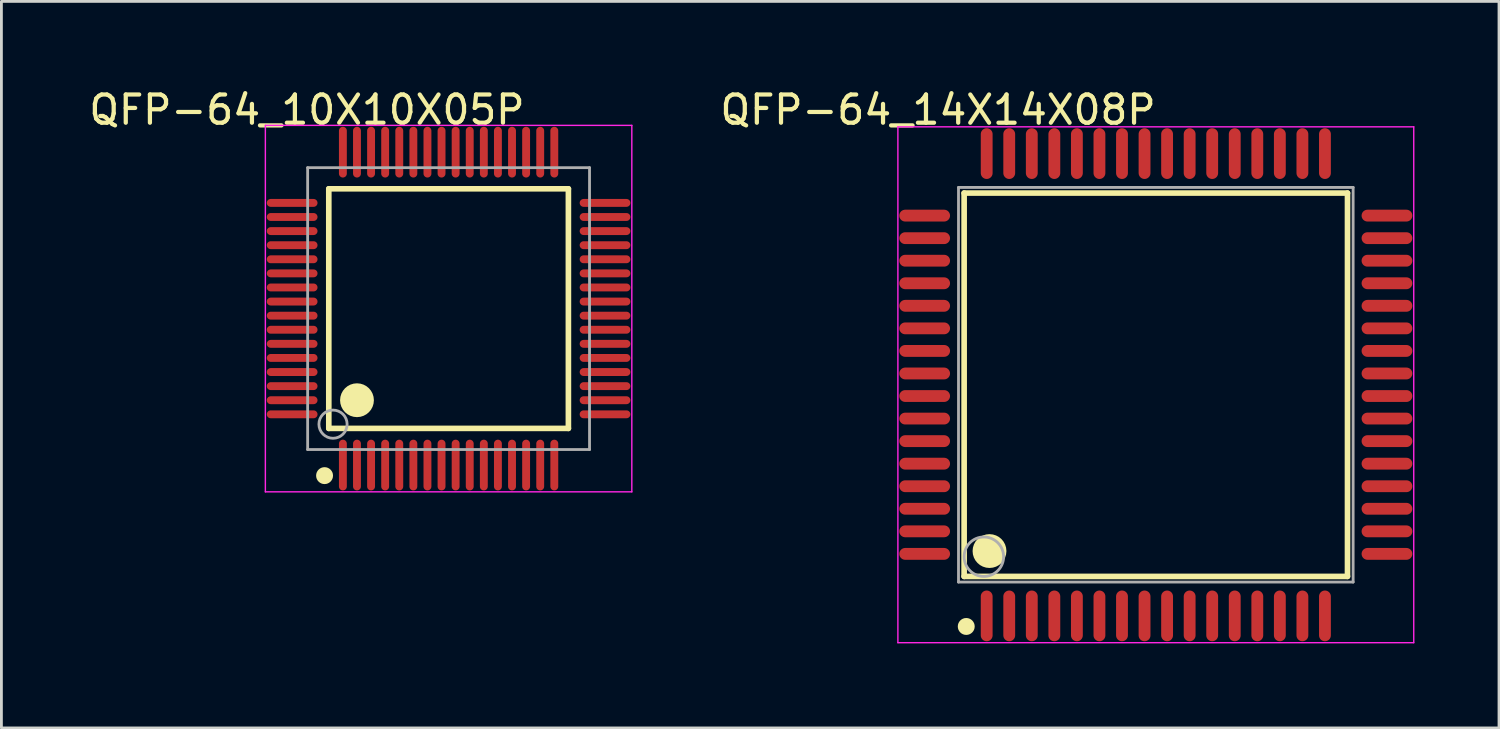
<source format=kicad_pcb>
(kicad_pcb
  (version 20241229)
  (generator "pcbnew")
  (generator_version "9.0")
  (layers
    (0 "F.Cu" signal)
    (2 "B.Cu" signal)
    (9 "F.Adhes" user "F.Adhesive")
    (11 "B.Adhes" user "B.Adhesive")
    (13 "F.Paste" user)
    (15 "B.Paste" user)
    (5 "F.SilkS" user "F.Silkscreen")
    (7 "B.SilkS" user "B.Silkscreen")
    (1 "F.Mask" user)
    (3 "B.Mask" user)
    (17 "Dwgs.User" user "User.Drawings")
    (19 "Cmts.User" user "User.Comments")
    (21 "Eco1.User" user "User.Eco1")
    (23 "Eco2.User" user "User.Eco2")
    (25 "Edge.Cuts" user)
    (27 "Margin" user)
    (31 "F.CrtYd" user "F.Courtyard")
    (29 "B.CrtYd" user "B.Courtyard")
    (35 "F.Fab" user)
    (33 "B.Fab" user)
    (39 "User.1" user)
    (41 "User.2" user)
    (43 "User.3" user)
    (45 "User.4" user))
  (footprint "QFP-64_14X14X08P"
    (layer "F.Cu")
    (at 37.953 10.599)
    (property "Reference" "QFP-64_14X14X08P" (at -7.725 -9.751 0) (layer "F.SilkS") (effects (font (size 1 1) (thickness 0.15))))
    (attr through_hole)
    (fp_line (start -6.8 -6.8) (end 6.8 -6.8) (stroke (width 0.2) (type solid)) (layer "F.SilkS"))
    (fp_line (start -6.8 6.8) (end -6.8 -6.8) (stroke (width 0.2) (type solid)) (layer "F.SilkS"))
    (fp_line (start -6.8 6.8) (end 6.8 6.8) (stroke (width 0.2) (type solid)) (layer "F.SilkS"))
    (fp_line (start 6.8 6.8) (end 6.8 -6.8) (stroke (width 0.2) (type solid)) (layer "F.SilkS"))
    (fp_circle (center -6.725 8.575) (end -6.575 8.575) (stroke (width 0.3) (type solid)) (fill no) (layer "F.SilkS"))
    (fp_circle (center -5.9 5.9) (end -5.6 5.9) (stroke (width 0.6) (type solid)) (fill no) (layer "F.SilkS"))
    (fp_line (start -9.15 -9.15) (end 9.15 -9.15) (stroke (width 0.05) (type solid)) (layer "F.CrtYd"))
    (fp_line (start -9.15 9.15) (end -9.15 -9.15) (stroke (width 0.05) (type solid)) (layer "F.CrtYd"))
    (fp_line (start 9.15 -9.15) (end 9.15 9.15) (stroke (width 0.05) (type solid)) (layer "F.CrtYd"))
    (fp_line (start 9.15 9.15) (end -9.15 9.15) (stroke (width 0.05) (type solid)) (layer "F.CrtYd"))
    (fp_line (start -7 -7) (end 7 -7) (stroke (width 0.1) (type solid)) (layer "F.Fab"))
    (fp_line (start -7 7) (end -7 -7) (stroke (width 0.1) (type solid)) (layer "F.Fab"))
    (fp_line (start -7 7) (end 7 7) (stroke (width 0.1) (type solid)) (layer "F.Fab"))
    (fp_line (start 7 7) (end 7 -7) (stroke (width 0.1) (type solid)) (layer "F.Fab"))
    (fp_circle (center -6.1 6.1) (end -5.4 6.1) (stroke (width 0.1) (type solid)) (fill no) (layer "F.Fab"))
    (pad "1" smd oval (at -6 8.2 180) (size 0.42 1.8) (layers "F.Cu" "F.Mask" "F.Paste"))
    (pad "2" smd oval (at -5.2 8.2 180) (size 0.42 1.8) (layers "F.Cu" "F.Mask" "F.Paste"))
    (pad "3" smd oval (at -4.4 8.2 180) (size 0.42 1.8) (layers "F.Cu" "F.Mask" "F.Paste"))
    (pad "4" smd oval (at -3.6 8.2 180) (size 0.42 1.8) (layers "F.Cu" "F.Mask" "F.Paste"))
    (pad "5" smd oval (at -2.8 8.2 180) (size 0.42 1.8) (layers "F.Cu" "F.Mask" "F.Paste"))
    (pad "6" smd oval (at -2 8.2 180) (size 0.42 1.8) (layers "F.Cu" "F.Mask" "F.Paste"))
    (pad "7" smd oval (at -1.2 8.2 180) (size 0.42 1.8) (layers "F.Cu" "F.Mask" "F.Paste"))
    (pad "8" smd oval (at -0.4 8.2 180) (size 0.42 1.8) (layers "F.Cu" "F.Mask" "F.Paste"))
    (pad "9" smd oval (at 0.4 8.2 180) (size 0.42 1.8) (layers "F.Cu" "F.Mask" "F.Paste"))
    (pad "10" smd oval (at 1.2 8.2 180) (size 0.42 1.8) (layers "F.Cu" "F.Mask" "F.Paste"))
    (pad "11" smd oval (at 2 8.2 180) (size 0.42 1.8) (layers "F.Cu" "F.Mask" "F.Paste"))
    (pad "12" smd oval (at 2.8 8.2 180) (size 0.42 1.8) (layers "F.Cu" "F.Mask" "F.Paste"))
    (pad "13" smd oval (at 3.6 8.2 180) (size 0.42 1.8) (layers "F.Cu" "F.Mask" "F.Paste"))
    (pad "14" smd oval (at 4.4 8.2 180) (size 0.42 1.8) (layers "F.Cu" "F.Mask" "F.Paste"))
    (pad "15" smd oval (at 5.2 8.2 180) (size 0.42 1.8) (layers "F.Cu" "F.Mask" "F.Paste"))
    (pad "16" smd oval (at 6 8.2 180) (size 0.42 1.8) (layers "F.Cu" "F.Mask" "F.Paste"))
    (pad "17" smd oval (at 8.2 6 270) (size 0.42 1.8) (layers "F.Cu" "F.Mask" "F.Paste"))
    (pad "18" smd oval (at 8.2 5.2 270) (size 0.42 1.8) (layers "F.Cu" "F.Mask" "F.Paste"))
    (pad "19" smd oval (at 8.2 4.4 270) (size 0.42 1.8) (layers "F.Cu" "F.Mask" "F.Paste"))
    (pad "20" smd oval (at 8.2 3.6 270) (size 0.42 1.8) (layers "F.Cu" "F.Mask" "F.Paste"))
    (pad "21" smd oval (at 8.2 2.8 270) (size 0.42 1.8) (layers "F.Cu" "F.Mask" "F.Paste"))
    (pad "22" smd oval (at 8.2 2 270) (size 0.42 1.8) (layers "F.Cu" "F.Mask" "F.Paste"))
    (pad "23" smd oval (at 8.2 1.2 270) (size 0.42 1.8) (layers "F.Cu" "F.Mask" "F.Paste"))
    (pad "24" smd oval (at 8.2 0.4 270) (size 0.42 1.8) (layers "F.Cu" "F.Mask" "F.Paste"))
    (pad "25" smd oval (at 8.2 -0.4 270) (size 0.42 1.8) (layers "F.Cu" "F.Mask" "F.Paste"))
    (pad "26" smd oval (at 8.2 -1.2 270) (size 0.42 1.8) (layers "F.Cu" "F.Mask" "F.Paste"))
    (pad "27" smd oval (at 8.2 -2 270) (size 0.42 1.8) (layers "F.Cu" "F.Mask" "F.Paste"))
    (pad "28" smd oval (at 8.2 -2.8 270) (size 0.42 1.8) (layers "F.Cu" "F.Mask" "F.Paste"))
    (pad "29" smd oval (at 8.2 -3.6 270) (size 0.42 1.8) (layers "F.Cu" "F.Mask" "F.Paste"))
    (pad "30" smd oval (at 8.2 -4.4 270) (size 0.42 1.8) (layers "F.Cu" "F.Mask" "F.Paste"))
    (pad "31" smd oval (at 8.2 -5.2 270) (size 0.42 1.8) (layers "F.Cu" "F.Mask" "F.Paste"))
    (pad "32" smd oval (at 8.2 -6 270) (size 0.42 1.8) (layers "F.Cu" "F.Mask" "F.Paste"))
    (pad "33" smd oval (at 6 -8.2) (size 0.42 1.8) (layers "F.Cu" "F.Mask" "F.Paste"))
    (pad "34" smd oval (at 5.2 -8.2) (size 0.42 1.8) (layers "F.Cu" "F.Mask" "F.Paste"))
    (pad "35" smd oval (at 4.4 -8.2) (size 0.42 1.8) (layers "F.Cu" "F.Mask" "F.Paste"))
    (pad "36" smd oval (at 3.6 -8.2) (size 0.42 1.8) (layers "F.Cu" "F.Mask" "F.Paste"))
    (pad "37" smd oval (at 2.8 -8.2) (size 0.42 1.8) (layers "F.Cu" "F.Mask" "F.Paste"))
    (pad "38" smd oval (at 2 -8.2) (size 0.42 1.8) (layers "F.Cu" "F.Mask" "F.Paste"))
    (pad "39" smd oval (at 1.2 -8.2) (size 0.42 1.8) (layers "F.Cu" "F.Mask" "F.Paste"))
    (pad "40" smd oval (at 0.4 -8.2) (size 0.42 1.8) (layers "F.Cu" "F.Mask" "F.Paste"))
    (pad "41" smd oval (at -0.4 -8.2) (size 0.42 1.8) (layers "F.Cu" "F.Mask" "F.Paste"))
    (pad "42" smd oval (at -1.2 -8.2) (size 0.42 1.8) (layers "F.Cu" "F.Mask" "F.Paste"))
    (pad "43" smd oval (at -2 -8.2) (size 0.42 1.8) (layers "F.Cu" "F.Mask" "F.Paste"))
    (pad "44" smd oval (at -2.8 -8.2) (size 0.42 1.8) (layers "F.Cu" "F.Mask" "F.Paste"))
    (pad "45" smd oval (at -3.6 -8.2) (size 0.42 1.8) (layers "F.Cu" "F.Mask" "F.Paste"))
    (pad "46" smd oval (at -4.4 -8.2) (size 0.42 1.8) (layers "F.Cu" "F.Mask" "F.Paste"))
    (pad "47" smd oval (at -5.2 -8.2) (size 0.42 1.8) (layers "F.Cu" "F.Mask" "F.Paste"))
    (pad "48" smd oval (at -6 -8.2) (size 0.42 1.8) (layers "F.Cu" "F.Mask" "F.Paste"))
    (pad "49" smd oval (at -8.2 -6 90) (size 0.42 1.8) (layers "F.Cu" "F.Mask" "F.Paste"))
    (pad "50" smd oval (at -8.2 -5.2 90) (size 0.42 1.8) (layers "F.Cu" "F.Mask" "F.Paste"))
    (pad "51" smd oval (at -8.2 -4.4 90) (size 0.42 1.8) (layers "F.Cu" "F.Mask" "F.Paste"))
    (pad "52" smd oval (at -8.2 -3.6 90) (size 0.42 1.8) (layers "F.Cu" "F.Mask" "F.Paste"))
    (pad "53" smd oval (at -8.2 -2.8 90) (size 0.42 1.8) (layers "F.Cu" "F.Mask" "F.Paste"))
    (pad "54" smd oval (at -8.2 -2 90) (size 0.42 1.8) (layers "F.Cu" "F.Mask" "F.Paste"))
    (pad "55" smd oval (at -8.2 -1.2 90) (size 0.42 1.8) (layers "F.Cu" "F.Mask" "F.Paste"))
    (pad "56" smd oval (at -8.2 -0.4 90) (size 0.42 1.8) (layers "F.Cu" "F.Mask" "F.Paste"))
    (pad "57" smd oval (at -8.2 0.4 90) (size 0.42 1.8) (layers "F.Cu" "F.Mask" "F.Paste"))
    (pad "58" smd oval (at -8.2 1.2 90) (size 0.42 1.8) (layers "F.Cu" "F.Mask" "F.Paste"))
    (pad "59" smd oval (at -8.2 2 90) (size 0.42 1.8) (layers "F.Cu" "F.Mask" "F.Paste"))
    (pad "60" smd oval (at -8.2 2.8 90) (size 0.42 1.8) (layers "F.Cu" "F.Mask" "F.Paste"))
    (pad "61" smd oval (at -8.2 3.6 90) (size 0.42 1.8) (layers "F.Cu" "F.Mask" "F.Paste"))
    (pad "62" smd oval (at -8.2 4.4 90) (size 0.42 1.8) (layers "F.Cu" "F.Mask" "F.Paste"))
    (pad "63" smd oval (at -8.2 5.2 90) (size 0.42 1.8) (layers "F.Cu" "F.Mask" "F.Paste"))
    (pad "64" smd oval (at -8.2 6 90) (size 0.42 1.8) (layers "F.Cu" "F.Mask" "F.Paste")))
  (footprint "QFP-64_10X10X05P"
    (layer "F.Cu")
    (at 12.864 7.898)
    (property "Reference" "QFP-64_10X10X05P" (at -5.024 -7.05 0) (layer "F.SilkS") (effects (font (size 1 1) (thickness 0.15))))
    (attr through_hole)
    (fp_line (start -4.25 -4.25) (end 4.25 -4.25) (stroke (width 0.2) (type solid)) (layer "F.SilkS"))
    (fp_line (start -4.25 4.25) (end -4.25 -4.25) (stroke (width 0.2) (type solid)) (layer "F.SilkS"))
    (fp_line (start -4.25 4.25) (end 4.25 4.25) (stroke (width 0.2) (type solid)) (layer "F.SilkS"))
    (fp_line (start 4.25 4.25) (end 4.25 -4.25) (stroke (width 0.2) (type solid)) (layer "F.SilkS"))
    (fp_circle (center -4.4 5.925) (end -4.25 5.925) (stroke (width 0.3) (type solid)) (fill no) (layer "F.SilkS"))
    (fp_circle (center -3.25 3.25) (end -2.95 3.25) (stroke (width 0.6) (type solid)) (fill no) (layer "F.SilkS"))
    (fp_line (start -6.5 -6.5) (end 6.5 -6.5) (stroke (width 0.05) (type solid)) (layer "F.CrtYd"))
    (fp_line (start -6.5 6.5) (end -6.5 -6.5) (stroke (width 0.05) (type solid)) (layer "F.CrtYd"))
    (fp_line (start 6.5 -6.5) (end 6.5 6.5) (stroke (width 0.05) (type solid)) (layer "F.CrtYd"))
    (fp_line (start 6.5 6.5) (end -6.5 6.5) (stroke (width 0.05) (type solid)) (layer "F.CrtYd"))
    (fp_line (start -5 -5) (end 5 -5) (stroke (width 0.1) (type solid)) (layer "F.Fab"))
    (fp_line (start -5 5) (end -5 -5) (stroke (width 0.1) (type solid)) (layer "F.Fab"))
    (fp_line (start -5 5) (end 5 5) (stroke (width 0.1) (type solid)) (layer "F.Fab"))
    (fp_line (start 5 5) (end 5 -5) (stroke (width 0.1) (type solid)) (layer "F.Fab"))
    (fp_circle (center -4.1 4.1) (end -3.6 4.1) (stroke (width 0.1) (type solid)) (fill no) (layer "F.Fab"))
    (pad "1" smd oval (at -3.75 5.55 180) (size 0.28 1.8) (layers "F.Cu" "F.Mask" "F.Paste"))
    (pad "2" smd oval (at -3.25 5.55 180) (size 0.28 1.8) (layers "F.Cu" "F.Mask" "F.Paste"))
    (pad "3" smd oval (at -2.75 5.55 180) (size 0.28 1.8) (layers "F.Cu" "F.Mask" "F.Paste"))
    (pad "4" smd oval (at -2.25 5.55 180) (size 0.28 1.8) (layers "F.Cu" "F.Mask" "F.Paste"))
    (pad "5" smd oval (at -1.75 5.55 180) (size 0.28 1.8) (layers "F.Cu" "F.Mask" "F.Paste"))
    (pad "6" smd oval (at -1.25 5.55 180) (size 0.28 1.8) (layers "F.Cu" "F.Mask" "F.Paste"))
    (pad "7" smd oval (at -0.75 5.55 180) (size 0.28 1.8) (layers "F.Cu" "F.Mask" "F.Paste"))
    (pad "8" smd oval (at -0.25 5.55 180) (size 0.28 1.8) (layers "F.Cu" "F.Mask" "F.Paste"))
    (pad "9" smd oval (at 0.25 5.55 180) (size 0.28 1.8) (layers "F.Cu" "F.Mask" "F.Paste"))
    (pad "10" smd oval (at 0.75 5.55 180) (size 0.28 1.8) (layers "F.Cu" "F.Mask" "F.Paste"))
    (pad "11" smd oval (at 1.25 5.55 180) (size 0.28 1.8) (layers "F.Cu" "F.Mask" "F.Paste"))
    (pad "12" smd oval (at 1.75 5.55 180) (size 0.28 1.8) (layers "F.Cu" "F.Mask" "F.Paste"))
    (pad "13" smd oval (at 2.25 5.55 180) (size 0.28 1.8) (layers "F.Cu" "F.Mask" "F.Paste"))
    (pad "14" smd oval (at 2.75 5.55 180) (size 0.28 1.8) (layers "F.Cu" "F.Mask" "F.Paste"))
    (pad "15" smd oval (at 3.25 5.55 180) (size 0.28 1.8) (layers "F.Cu" "F.Mask" "F.Paste"))
    (pad "16" smd oval (at 3.75 5.55 180) (size 0.28 1.8) (layers "F.Cu" "F.Mask" "F.Paste"))
    (pad "17" smd oval (at 5.55 3.75 90) (size 0.28 1.8) (layers "F.Cu" "F.Mask" "F.Paste"))
    (pad "18" smd oval (at 5.55 3.25 90) (size 0.28 1.8) (layers "F.Cu" "F.Mask" "F.Paste"))
    (pad "19" smd oval (at 5.55 2.75 90) (size 0.28 1.8) (layers "F.Cu" "F.Mask" "F.Paste"))
    (pad "20" smd oval (at 5.55 2.25 90) (size 0.28 1.8) (layers "F.Cu" "F.Mask" "F.Paste"))
    (pad "21" smd oval (at 5.55 1.75 90) (size 0.28 1.8) (layers "F.Cu" "F.Mask" "F.Paste"))
    (pad "22" smd oval (at 5.55 1.25 90) (size 0.28 1.8) (layers "F.Cu" "F.Mask" "F.Paste"))
    (pad "23" smd oval (at 5.55 0.75 90) (size 0.28 1.8) (layers "F.Cu" "F.Mask" "F.Paste"))
    (pad "24" smd oval (at 5.55 0.25 90) (size 0.28 1.8) (layers "F.Cu" "F.Mask" "F.Paste"))
    (pad "25" smd oval (at 5.55 -0.25 90) (size 0.28 1.8) (layers "F.Cu" "F.Mask" "F.Paste"))
    (pad "26" smd oval (at 5.55 -0.75 90) (size 0.28 1.8) (layers "F.Cu" "F.Mask" "F.Paste"))
    (pad "27" smd oval (at 5.55 -1.25 90) (size 0.28 1.8) (layers "F.Cu" "F.Mask" "F.Paste"))
    (pad "28" smd oval (at 5.55 -1.75 90) (size 0.28 1.8) (layers "F.Cu" "F.Mask" "F.Paste"))
    (pad "29" smd oval (at 5.55 -2.25 90) (size 0.28 1.8) (layers "F.Cu" "F.Mask" "F.Paste"))
    (pad "30" smd oval (at 5.55 -2.75 90) (size 0.28 1.8) (layers "F.Cu" "F.Mask" "F.Paste"))
    (pad "31" smd oval (at 5.55 -3.25 90) (size 0.28 1.8) (layers "F.Cu" "F.Mask" "F.Paste"))
    (pad "32" smd oval (at 5.55 -3.75 90) (size 0.28 1.8) (layers "F.Cu" "F.Mask" "F.Paste"))
    (pad "33" smd oval (at 3.75 -5.55 180) (size 0.28 1.8) (layers "F.Cu" "F.Mask" "F.Paste"))
    (pad "34" smd oval (at 3.25 -5.55 180) (size 0.28 1.8) (layers "F.Cu" "F.Mask" "F.Paste"))
    (pad "35" smd oval (at 2.75 -5.55 180) (size 0.28 1.8) (layers "F.Cu" "F.Mask" "F.Paste"))
    (pad "36" smd oval (at 2.25 -5.55 180) (size 0.28 1.8) (layers "F.Cu" "F.Mask" "F.Paste"))
    (pad "37" smd oval (at 1.75 -5.55 180) (size 0.28 1.8) (layers "F.Cu" "F.Mask" "F.Paste"))
    (pad "38" smd oval (at 1.25 -5.55 180) (size 0.28 1.8) (layers "F.Cu" "F.Mask" "F.Paste"))
    (pad "39" smd oval (at 0.75 -5.55 180) (size 0.28 1.8) (layers "F.Cu" "F.Mask" "F.Paste"))
    (pad "40" smd oval (at 0.25 -5.55 180) (size 0.28 1.8) (layers "F.Cu" "F.Mask" "F.Paste"))
    (pad "41" smd oval (at -0.25 -5.55 180) (size 0.28 1.8) (layers "F.Cu" "F.Mask" "F.Paste"))
    (pad "42" smd oval (at -0.75 -5.55 180) (size 0.28 1.8) (layers "F.Cu" "F.Mask" "F.Paste"))
    (pad "43" smd oval (at -1.25 -5.55 180) (size 0.28 1.8) (layers "F.Cu" "F.Mask" "F.Paste"))
    (pad "44" smd oval (at -1.75 -5.55 180) (size 0.28 1.8) (layers "F.Cu" "F.Mask" "F.Paste"))
    (pad "45" smd oval (at -2.25 -5.55 180) (size 0.28 1.8) (layers "F.Cu" "F.Mask" "F.Paste"))
    (pad "46" smd oval (at -2.75 -5.55 180) (size 0.28 1.8) (layers "F.Cu" "F.Mask" "F.Paste"))
    (pad "47" smd oval (at -3.25 -5.55 180) (size 0.28 1.8) (layers "F.Cu" "F.Mask" "F.Paste"))
    (pad "48" smd oval (at -3.75 -5.55 180) (size 0.28 1.8) (layers "F.Cu" "F.Mask" "F.Paste"))
    (pad "49" smd oval (at -5.55 -3.75 90) (size 0.28 1.8) (layers "F.Cu" "F.Mask" "F.Paste"))
    (pad "50" smd oval (at -5.55 -3.25 90) (size 0.28 1.8) (layers "F.Cu" "F.Mask" "F.Paste"))
    (pad "51" smd oval (at -5.55 -2.75 90) (size 0.28 1.8) (layers "F.Cu" "F.Mask" "F.Paste"))
    (pad "52" smd oval (at -5.55 -2.25 90) (size 0.28 1.8) (layers "F.Cu" "F.Mask" "F.Paste"))
    (pad "53" smd oval (at -5.55 -1.75 90) (size 0.28 1.8) (layers "F.Cu" "F.Mask" "F.Paste"))
    (pad "54" smd oval (at -5.55 -1.25 90) (size 0.28 1.8) (layers "F.Cu" "F.Mask" "F.Paste"))
    (pad "55" smd oval (at -5.55 -0.75 90) (size 0.28 1.8) (layers "F.Cu" "F.Mask" "F.Paste"))
    (pad "56" smd oval (at -5.55 -0.25 90) (size 0.28 1.8) (layers "F.Cu" "F.Mask" "F.Paste"))
    (pad "57" smd oval (at -5.55 0.25 90) (size 0.28 1.8) (layers "F.Cu" "F.Mask" "F.Paste"))
    (pad "58" smd oval (at -5.55 0.75 90) (size 0.28 1.8) (layers "F.Cu" "F.Mask" "F.Paste"))
    (pad "59" smd oval (at -5.55 1.25 90) (size 0.28 1.8) (layers "F.Cu" "F.Mask" "F.Paste"))
    (pad "60" smd oval (at -5.55 1.75 90) (size 0.28 1.8) (layers "F.Cu" "F.Mask" "F.Paste"))
    (pad "61" smd oval (at -5.55 2.25 90) (size 0.28 1.8) (layers "F.Cu" "F.Mask" "F.Paste"))
    (pad "62" smd oval (at -5.55 2.75 90) (size 0.28 1.8) (layers "F.Cu" "F.Mask" "F.Paste"))
    (pad "63" smd oval (at -5.55 3.25 90) (size 0.28 1.8) (layers "F.Cu" "F.Mask" "F.Paste"))
    (pad "64" smd oval (at -5.55 3.75 90) (size 0.28 1.8) (layers "F.Cu" "F.Mask" "F.Paste")))
  (gr_rect
    (start -3 -3)
    (end 50.128 22.774)
    (stroke (width 0.1) (type default))
    (fill no)
    (layer "Edge.Cuts")))
</source>
